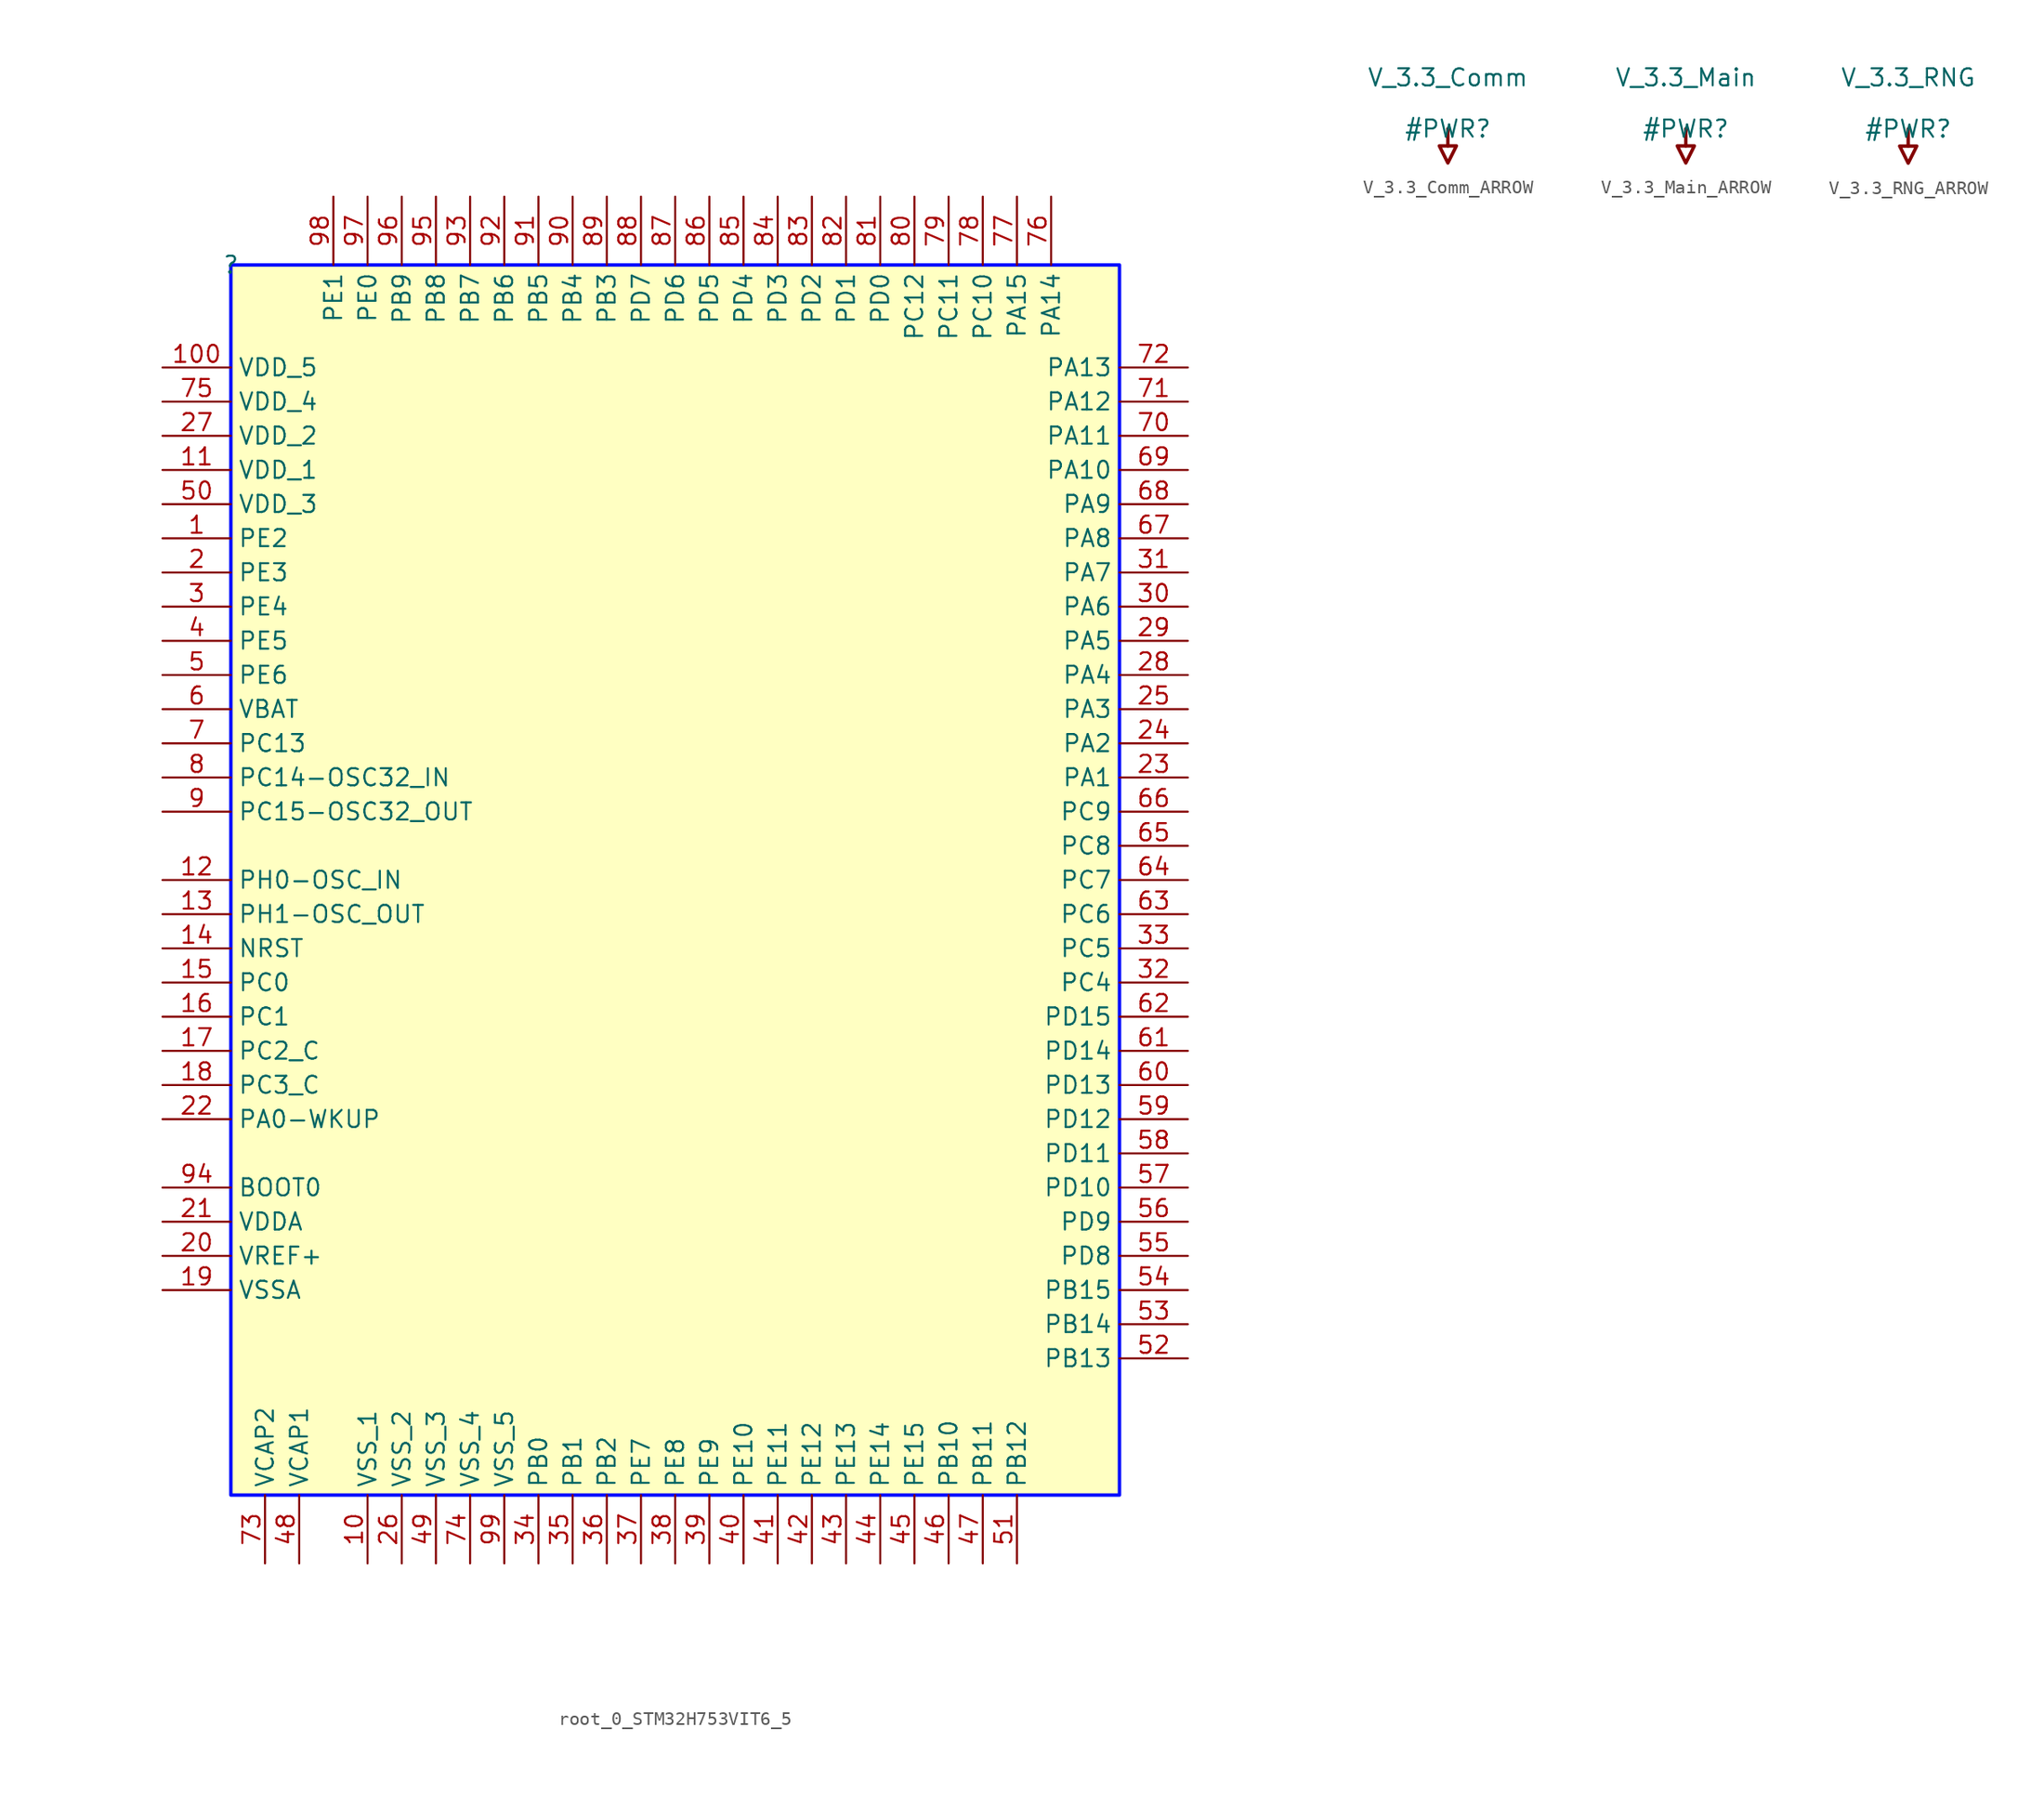
<source format=kicad_sym>
(kicad_symbol_lib
  (version 20231120)
  (generator "kicad_symbol_editor")
  (generator_version "8.0")
  (symbol "root_0_STM32H753VIT6_5"
    (property "Reference" ""
      (at 0 0 0)
      (effects (font (size 1.27 1.27))))
    (property "Value" ""
      (at 0 0 0)
      (effects (font (size 1.27 1.27))))
    (symbol "root_0_STM32H753VIT6_5_1_0"
      (rectangle (start 66.04 0) (end 0 -91.44) (stroke (width 0.254) (type solid) (color 0 11 255 1)) (fill (type background)))
      (pin passive line (at -5.08 -20.32 0) (length 5.08) (name "PE2" (effects (font (size 1.27 1.27)))) (number "1" (effects (font (size 1.27 1.27)))))
      (pin power_in line (at 10.16 -96.52 90) (length 5.08) (name "VSS_1" (effects (font (size 1.27 1.27)))) (number "10" (effects (font (size 1.27 1.27)))))
      (pin power_in line (at -5.08 -7.62 0) (length 5.08) (name "VDD_5" (effects (font (size 1.27 1.27)))) (number "100" (effects (font (size 1.27 1.27)))))
      (pin power_in line (at -5.08 -15.24 0) (length 5.08) (name "VDD_1" (effects (font (size 1.27 1.27)))) (number "11" (effects (font (size 1.27 1.27)))))
      (pin passive line (at -5.08 -45.72 0) (length 5.08) (name "PH0-OSC_IN" (effects (font (size 1.27 1.27)))) (number "12" (effects (font (size 1.27 1.27)))))
      (pin passive line (at -5.08 -48.26 0) (length 5.08) (name "PH1-OSC_OUT" (effects (font (size 1.27 1.27)))) (number "13" (effects (font (size 1.27 1.27)))))
      (pin passive line (at -5.08 -50.8 0) (length 5.08) (name "NRST" (effects (font (size 1.27 1.27)))) (number "14" (effects (font (size 1.27 1.27)))))
      (pin passive line (at -5.08 -53.34 0) (length 5.08) (name "PC0" (effects (font (size 1.27 1.27)))) (number "15" (effects (font (size 1.27 1.27)))))
      (pin passive line (at -5.08 -55.88 0) (length 5.08) (name "PC1" (effects (font (size 1.27 1.27)))) (number "16" (effects (font (size 1.27 1.27)))))
      (pin passive line (at -5.08 -58.42 0) (length 5.08) (name "PC2_C" (effects (font (size 1.27 1.27)))) (number "17" (effects (font (size 1.27 1.27)))))
      (pin passive line (at -5.08 -60.96 0) (length 5.08) (name "PC3_C" (effects (font (size 1.27 1.27)))) (number "18" (effects (font (size 1.27 1.27)))))
      (pin power_in line (at -5.08 -76.2 0) (length 5.08) (name "VSSA" (effects (font (size 1.27 1.27)))) (number "19" (effects (font (size 1.27 1.27)))))
      (pin passive line (at -5.08 -22.86 0) (length 5.08) (name "PE3" (effects (font (size 1.27 1.27)))) (number "2" (effects (font (size 1.27 1.27)))))
      (pin passive line (at -5.08 -73.66 0) (length 5.08) (name "VREF+" (effects (font (size 1.27 1.27)))) (number "20" (effects (font (size 1.27 1.27)))))
      (pin power_in line (at -5.08 -71.12 0) (length 5.08) (name "VDDA" (effects (font (size 1.27 1.27)))) (number "21" (effects (font (size 1.27 1.27)))))
      (pin passive line (at -5.08 -63.5 0) (length 5.08) (name "PA0-WKUP" (effects (font (size 1.27 1.27)))) (number "22" (effects (font (size 1.27 1.27)))))
      (pin passive line (at 71.12 -38.1 180) (length 5.08) (name "PA1" (effects (font (size 1.27 1.27)))) (number "23" (effects (font (size 1.27 1.27)))))
      (pin passive line (at 71.12 -35.56 180) (length 5.08) (name "PA2" (effects (font (size 1.27 1.27)))) (number "24" (effects (font (size 1.27 1.27)))))
      (pin passive line (at 71.12 -33.02 180) (length 5.08) (name "PA3" (effects (font (size 1.27 1.27)))) (number "25" (effects (font (size 1.27 1.27)))))
      (pin power_in line (at 12.7 -96.52 90) (length 5.08) (name "VSS_2" (effects (font (size 1.27 1.27)))) (number "26" (effects (font (size 1.27 1.27)))))
      (pin power_in line (at -5.08 -12.7 0) (length 5.08) (name "VDD_2" (effects (font (size 1.27 1.27)))) (number "27" (effects (font (size 1.27 1.27)))))
      (pin passive line (at 71.12 -30.48 180) (length 5.08) (name "PA4" (effects (font (size 1.27 1.27)))) (number "28" (effects (font (size 1.27 1.27)))))
      (pin passive line (at 71.12 -27.94 180) (length 5.08) (name "PA5" (effects (font (size 1.27 1.27)))) (number "29" (effects (font (size 1.27 1.27)))))
      (pin passive line (at -5.08 -25.4 0) (length 5.08) (name "PE4" (effects (font (size 1.27 1.27)))) (number "3" (effects (font (size 1.27 1.27)))))
      (pin passive line (at 71.12 -25.4 180) (length 5.08) (name "PA6" (effects (font (size 1.27 1.27)))) (number "30" (effects (font (size 1.27 1.27)))))
      (pin passive line (at 71.12 -22.86 180) (length 5.08) (name "PA7" (effects (font (size 1.27 1.27)))) (number "31" (effects (font (size 1.27 1.27)))))
      (pin passive line (at 71.12 -53.34 180) (length 5.08) (name "PC4" (effects (font (size 1.27 1.27)))) (number "32" (effects (font (size 1.27 1.27)))))
      (pin passive line (at 71.12 -50.8 180) (length 5.08) (name "PC5" (effects (font (size 1.27 1.27)))) (number "33" (effects (font (size 1.27 1.27)))))
      (pin passive line (at 22.86 -96.52 90) (length 5.08) (name "PB0" (effects (font (size 1.27 1.27)))) (number "34" (effects (font (size 1.27 1.27)))))
      (pin passive line (at 25.4 -96.52 90) (length 5.08) (name "PB1" (effects (font (size 1.27 1.27)))) (number "35" (effects (font (size 1.27 1.27)))))
      (pin passive line (at 27.94 -96.52 90) (length 5.08) (name "PB2" (effects (font (size 1.27 1.27)))) (number "36" (effects (font (size 1.27 1.27)))))
      (pin passive line (at 30.48 -96.52 90) (length 5.08) (name "PE7" (effects (font (size 1.27 1.27)))) (number "37" (effects (font (size 1.27 1.27)))))
      (pin passive line (at 33.02 -96.52 90) (length 5.08) (name "PE8" (effects (font (size 1.27 1.27)))) (number "38" (effects (font (size 1.27 1.27)))))
      (pin passive line (at 35.56 -96.52 90) (length 5.08) (name "PE9" (effects (font (size 1.27 1.27)))) (number "39" (effects (font (size 1.27 1.27)))))
      (pin passive line (at -5.08 -27.94 0) (length 5.08) (name "PE5" (effects (font (size 1.27 1.27)))) (number "4" (effects (font (size 1.27 1.27)))))
      (pin passive line (at 38.1 -96.52 90) (length 5.08) (name "PE10" (effects (font (size 1.27 1.27)))) (number "40" (effects (font (size 1.27 1.27)))))
      (pin passive line (at 40.64 -96.52 90) (length 5.08) (name "PE11" (effects (font (size 1.27 1.27)))) (number "41" (effects (font (size 1.27 1.27)))))
      (pin passive line (at 43.18 -96.52 90) (length 5.08) (name "PE12" (effects (font (size 1.27 1.27)))) (number "42" (effects (font (size 1.27 1.27)))))
      (pin passive line (at 45.72 -96.52 90) (length 5.08) (name "PE13" (effects (font (size 1.27 1.27)))) (number "43" (effects (font (size 1.27 1.27)))))
      (pin passive line (at 48.26 -96.52 90) (length 5.08) (name "PE14" (effects (font (size 1.27 1.27)))) (number "44" (effects (font (size 1.27 1.27)))))
      (pin passive line (at 50.8 -96.52 90) (length 5.08) (name "PE15" (effects (font (size 1.27 1.27)))) (number "45" (effects (font (size 1.27 1.27)))))
      (pin passive line (at 53.34 -96.52 90) (length 5.08) (name "PB10" (effects (font (size 1.27 1.27)))) (number "46" (effects (font (size 1.27 1.27)))))
      (pin passive line (at 55.88 -96.52 90) (length 5.08) (name "PB11" (effects (font (size 1.27 1.27)))) (number "47" (effects (font (size 1.27 1.27)))))
      (pin power_in line (at 5.08 -96.52 90) (length 5.08) (name "VCAP1" (effects (font (size 1.27 1.27)))) (number "48" (effects (font (size 1.27 1.27)))))
      (pin power_in line (at 15.24 -96.52 90) (length 5.08) (name "VSS_3" (effects (font (size 1.27 1.27)))) (number "49" (effects (font (size 1.27 1.27)))))
      (pin passive line (at -5.08 -30.48 0) (length 5.08) (name "PE6" (effects (font (size 1.27 1.27)))) (number "5" (effects (font (size 1.27 1.27)))))
      (pin power_in line (at -5.08 -17.78 0) (length 5.08) (name "VDD_3" (effects (font (size 1.27 1.27)))) (number "50" (effects (font (size 1.27 1.27)))))
      (pin passive line (at 58.42 -96.52 90) (length 5.08) (name "PB12" (effects (font (size 1.27 1.27)))) (number "51" (effects (font (size 1.27 1.27)))))
      (pin passive line (at 71.12 -81.28 180) (length 5.08) (name "PB13" (effects (font (size 1.27 1.27)))) (number "52" (effects (font (size 1.27 1.27)))))
      (pin passive line (at 71.12 -78.74 180) (length 5.08) (name "PB14" (effects (font (size 1.27 1.27)))) (number "53" (effects (font (size 1.27 1.27)))))
      (pin passive line (at 71.12 -76.2 180) (length 5.08) (name "PB15" (effects (font (size 1.27 1.27)))) (number "54" (effects (font (size 1.27 1.27)))))
      (pin passive line (at 71.12 -73.66 180) (length 5.08) (name "PD8" (effects (font (size 1.27 1.27)))) (number "55" (effects (font (size 1.27 1.27)))))
      (pin passive line (at 71.12 -71.12 180) (length 5.08) (name "PD9" (effects (font (size 1.27 1.27)))) (number "56" (effects (font (size 1.27 1.27)))))
      (pin passive line (at 71.12 -68.58 180) (length 5.08) (name "PD10" (effects (font (size 1.27 1.27)))) (number "57" (effects (font (size 1.27 1.27)))))
      (pin passive line (at 71.12 -66.04 180) (length 5.08) (name "PD11" (effects (font (size 1.27 1.27)))) (number "58" (effects (font (size 1.27 1.27)))))
      (pin passive line (at 71.12 -63.5 180) (length 5.08) (name "PD12" (effects (font (size 1.27 1.27)))) (number "59" (effects (font (size 1.27 1.27)))))
      (pin power_in line (at -5.08 -33.02 0) (length 5.08) (name "VBAT" (effects (font (size 1.27 1.27)))) (number "6" (effects (font (size 1.27 1.27)))))
      (pin passive line (at 71.12 -60.96 180) (length 5.08) (name "PD13" (effects (font (size 1.27 1.27)))) (number "60" (effects (font (size 1.27 1.27)))))
      (pin passive line (at 71.12 -58.42 180) (length 5.08) (name "PD14" (effects (font (size 1.27 1.27)))) (number "61" (effects (font (size 1.27 1.27)))))
      (pin passive line (at 71.12 -55.88 180) (length 5.08) (name "PD15" (effects (font (size 1.27 1.27)))) (number "62" (effects (font (size 1.27 1.27)))))
      (pin passive line (at 71.12 -48.26 180) (length 5.08) (name "PC6" (effects (font (size 1.27 1.27)))) (number "63" (effects (font (size 1.27 1.27)))))
      (pin passive line (at 71.12 -45.72 180) (length 5.08) (name "PC7" (effects (font (size 1.27 1.27)))) (number "64" (effects (font (size 1.27 1.27)))))
      (pin passive line (at 71.12 -43.18 180) (length 5.08) (name "PC8" (effects (font (size 1.27 1.27)))) (number "65" (effects (font (size 1.27 1.27)))))
      (pin passive line (at 71.12 -40.64 180) (length 5.08) (name "PC9" (effects (font (size 1.27 1.27)))) (number "66" (effects (font (size 1.27 1.27)))))
      (pin passive line (at 71.12 -20.32 180) (length 5.08) (name "PA8" (effects (font (size 1.27 1.27)))) (number "67" (effects (font (size 1.27 1.27)))))
      (pin passive line (at 71.12 -17.78 180) (length 5.08) (name "PA9" (effects (font (size 1.27 1.27)))) (number "68" (effects (font (size 1.27 1.27)))))
      (pin passive line (at 71.12 -15.24 180) (length 5.08) (name "PA10" (effects (font (size 1.27 1.27)))) (number "69" (effects (font (size 1.27 1.27)))))
      (pin passive line (at -5.08 -35.56 0) (length 5.08) (name "PC13" (effects (font (size 1.27 1.27)))) (number "7" (effects (font (size 1.27 1.27)))))
      (pin passive line (at 71.12 -12.7 180) (length 5.08) (name "PA11" (effects (font (size 1.27 1.27)))) (number "70" (effects (font (size 1.27 1.27)))))
      (pin passive line (at 71.12 -10.16 180) (length 5.08) (name "PA12" (effects (font (size 1.27 1.27)))) (number "71" (effects (font (size 1.27 1.27)))))
      (pin passive line (at 71.12 -7.62 180) (length 5.08) (name "PA13" (effects (font (size 1.27 1.27)))) (number "72" (effects (font (size 1.27 1.27)))))
      (pin power_in line (at 2.54 -96.52 90) (length 5.08) (name "VCAP2" (effects (font (size 1.27 1.27)))) (number "73" (effects (font (size 1.27 1.27)))))
      (pin power_in line (at 17.78 -96.52 90) (length 5.08) (name "VSS_4" (effects (font (size 1.27 1.27)))) (number "74" (effects (font (size 1.27 1.27)))))
      (pin power_in line (at -5.08 -10.16 0) (length 5.08) (name "VDD_4" (effects (font (size 1.27 1.27)))) (number "75" (effects (font (size 1.27 1.27)))))
      (pin passive line (at 60.96 5.08 270) (length 5.08) (name "PA14" (effects (font (size 1.27 1.27)))) (number "76" (effects (font (size 1.27 1.27)))))
      (pin passive line (at 58.42 5.08 270) (length 5.08) (name "PA15" (effects (font (size 1.27 1.27)))) (number "77" (effects (font (size 1.27 1.27)))))
      (pin passive line (at 55.88 5.08 270) (length 5.08) (name "PC10" (effects (font (size 1.27 1.27)))) (number "78" (effects (font (size 1.27 1.27)))))
      (pin passive line (at 53.34 5.08 270) (length 5.08) (name "PC11" (effects (font (size 1.27 1.27)))) (number "79" (effects (font (size 1.27 1.27)))))
      (pin passive line (at -5.08 -38.1 0) (length 5.08) (name "PC14-OSC32_IN" (effects (font (size 1.27 1.27)))) (number "8" (effects (font (size 1.27 1.27)))))
      (pin passive line (at 50.8 5.08 270) (length 5.08) (name "PC12" (effects (font (size 1.27 1.27)))) (number "80" (effects (font (size 1.27 1.27)))))
      (pin passive line (at 48.26 5.08 270) (length 5.08) (name "PD0" (effects (font (size 1.27 1.27)))) (number "81" (effects (font (size 1.27 1.27)))))
      (pin passive line (at 45.72 5.08 270) (length 5.08) (name "PD1" (effects (font (size 1.27 1.27)))) (number "82" (effects (font (size 1.27 1.27)))))
      (pin passive line (at 43.18 5.08 270) (length 5.08) (name "PD2" (effects (font (size 1.27 1.27)))) (number "83" (effects (font (size 1.27 1.27)))))
      (pin passive line (at 40.64 5.08 270) (length 5.08) (name "PD3" (effects (font (size 1.27 1.27)))) (number "84" (effects (font (size 1.27 1.27)))))
      (pin passive line (at 38.1 5.08 270) (length 5.08) (name "PD4" (effects (font (size 1.27 1.27)))) (number "85" (effects (font (size 1.27 1.27)))))
      (pin passive line (at 35.56 5.08 270) (length 5.08) (name "PD5" (effects (font (size 1.27 1.27)))) (number "86" (effects (font (size 1.27 1.27)))))
      (pin passive line (at 33.02 5.08 270) (length 5.08) (name "PD6" (effects (font (size 1.27 1.27)))) (number "87" (effects (font (size 1.27 1.27)))))
      (pin passive line (at 30.48 5.08 270) (length 5.08) (name "PD7" (effects (font (size 1.27 1.27)))) (number "88" (effects (font (size 1.27 1.27)))))
      (pin passive line (at 27.94 5.08 270) (length 5.08) (name "PB3" (effects (font (size 1.27 1.27)))) (number "89" (effects (font (size 1.27 1.27)))))
      (pin passive line (at -5.08 -40.64 0) (length 5.08) (name "PC15-OSC32_OUT" (effects (font (size 1.27 1.27)))) (number "9" (effects (font (size 1.27 1.27)))))
      (pin passive line (at 25.4 5.08 270) (length 5.08) (name "PB4" (effects (font (size 1.27 1.27)))) (number "90" (effects (font (size 1.27 1.27)))))
      (pin passive line (at 22.86 5.08 270) (length 5.08) (name "PB5" (effects (font (size 1.27 1.27)))) (number "91" (effects (font (size 1.27 1.27)))))
      (pin passive line (at 20.32 5.08 270) (length 5.08) (name "PB6" (effects (font (size 1.27 1.27)))) (number "92" (effects (font (size 1.27 1.27)))))
      (pin passive line (at 17.78 5.08 270) (length 5.08) (name "PB7" (effects (font (size 1.27 1.27)))) (number "93" (effects (font (size 1.27 1.27)))))
      (pin passive line (at -5.08 -68.58 0) (length 5.08) (name "BOOT0" (effects (font (size 1.27 1.27)))) (number "94" (effects (font (size 1.27 1.27)))))
      (pin passive line (at 15.24 5.08 270) (length 5.08) (name "PB8" (effects (font (size 1.27 1.27)))) (number "95" (effects (font (size 1.27 1.27)))))
      (pin passive line (at 12.7 5.08 270) (length 5.08) (name "PB9" (effects (font (size 1.27 1.27)))) (number "96" (effects (font (size 1.27 1.27)))))
      (pin passive line (at 10.16 5.08 270) (length 5.08) (name "PE0" (effects (font (size 1.27 1.27)))) (number "97" (effects (font (size 1.27 1.27)))))
      (pin passive line (at 7.62 5.08 270) (length 5.08) (name "PE1" (effects (font (size 1.27 1.27)))) (number "98" (effects (font (size 1.27 1.27)))))
      (pin power_in line (at 20.32 -96.52 90) (length 5.08) (name "VSS_5" (effects (font (size 1.27 1.27)))) (number "99" (effects (font (size 1.27 1.27)))))))
  (symbol "V_3.3_Comm_ARROW"
    (power)
    (property "Reference" "#PWR"
      (at 0 0 0)
      (effects (font (size 1.27 1.27))))
    (property "Value" "V_3.3_Comm"
      (at 0 3.81 0)
      (effects (font (size 1.27 1.27))))
    (symbol "V_3.3_Comm_ARROW_0_0"
      (polyline (pts (xy 0 0) (xy 0 -1.27)) (stroke (width 0.254) (type solid)) (fill (type none)))
      (polyline (pts (xy -0.635 -1.27) (xy 0.635 -1.27) (xy 0 -2.54) (xy -0.635 -1.27)) (stroke (width 0.254) (type solid)) (fill (type none)))
      (pin power_in line (at 0 0 0) (length 0) hide (name "V_3.3_Comm" (effects (font (size 1.27 1.27)))) (number "" (effects (font (size 1.27 1.27)))))))
  (symbol "V_3.3_Main_ARROW"
    (power)
    (property "Reference" "#PWR"
      (at 0 0 0)
      (effects (font (size 1.27 1.27))))
    (property "Value" "V_3.3_Main"
      (at 0 3.81 0)
      (effects (font (size 1.27 1.27))))
    (symbol "V_3.3_Main_ARROW_0_0"
      (polyline (pts (xy 0 0) (xy 0 -1.27)) (stroke (width 0.254) (type solid)) (fill (type none)))
      (polyline (pts (xy -0.635 -1.27) (xy 0.635 -1.27) (xy 0 -2.54) (xy -0.635 -1.27)) (stroke (width 0.254) (type solid)) (fill (type none)))
      (pin power_in line (at 0 0 0) (length 0) hide (name "V_3.3_Main" (effects (font (size 1.27 1.27)))) (number "" (effects (font (size 1.27 1.27)))))))
  (symbol "V_3.3_RNG_ARROW"
    (power)
    (property "Reference" "#PWR"
      (at 0 0 0)
      (effects (font (size 1.27 1.27))))
    (property "Value" "V_3.3_RNG"
      (at 0 3.81 0)
      (effects (font (size 1.27 1.27))))
    (symbol "V_3.3_RNG_ARROW_0_0"
      (polyline (pts (xy 0 0) (xy 0 -1.27)) (stroke (width 0.254) (type solid)) (fill (type none)))
      (polyline (pts (xy -0.635 -1.27) (xy 0.635 -1.27) (xy 0 -2.54) (xy -0.635 -1.27)) (stroke (width 0.254) (type solid)) (fill (type none)))
      (pin power_in line (at 0 0 0) (length 0) hide (name "V_3.3_RNG" (effects (font (size 1.27 1.27)))) (number "" (effects (font (size 1.27 1.27))))))))
</source>
